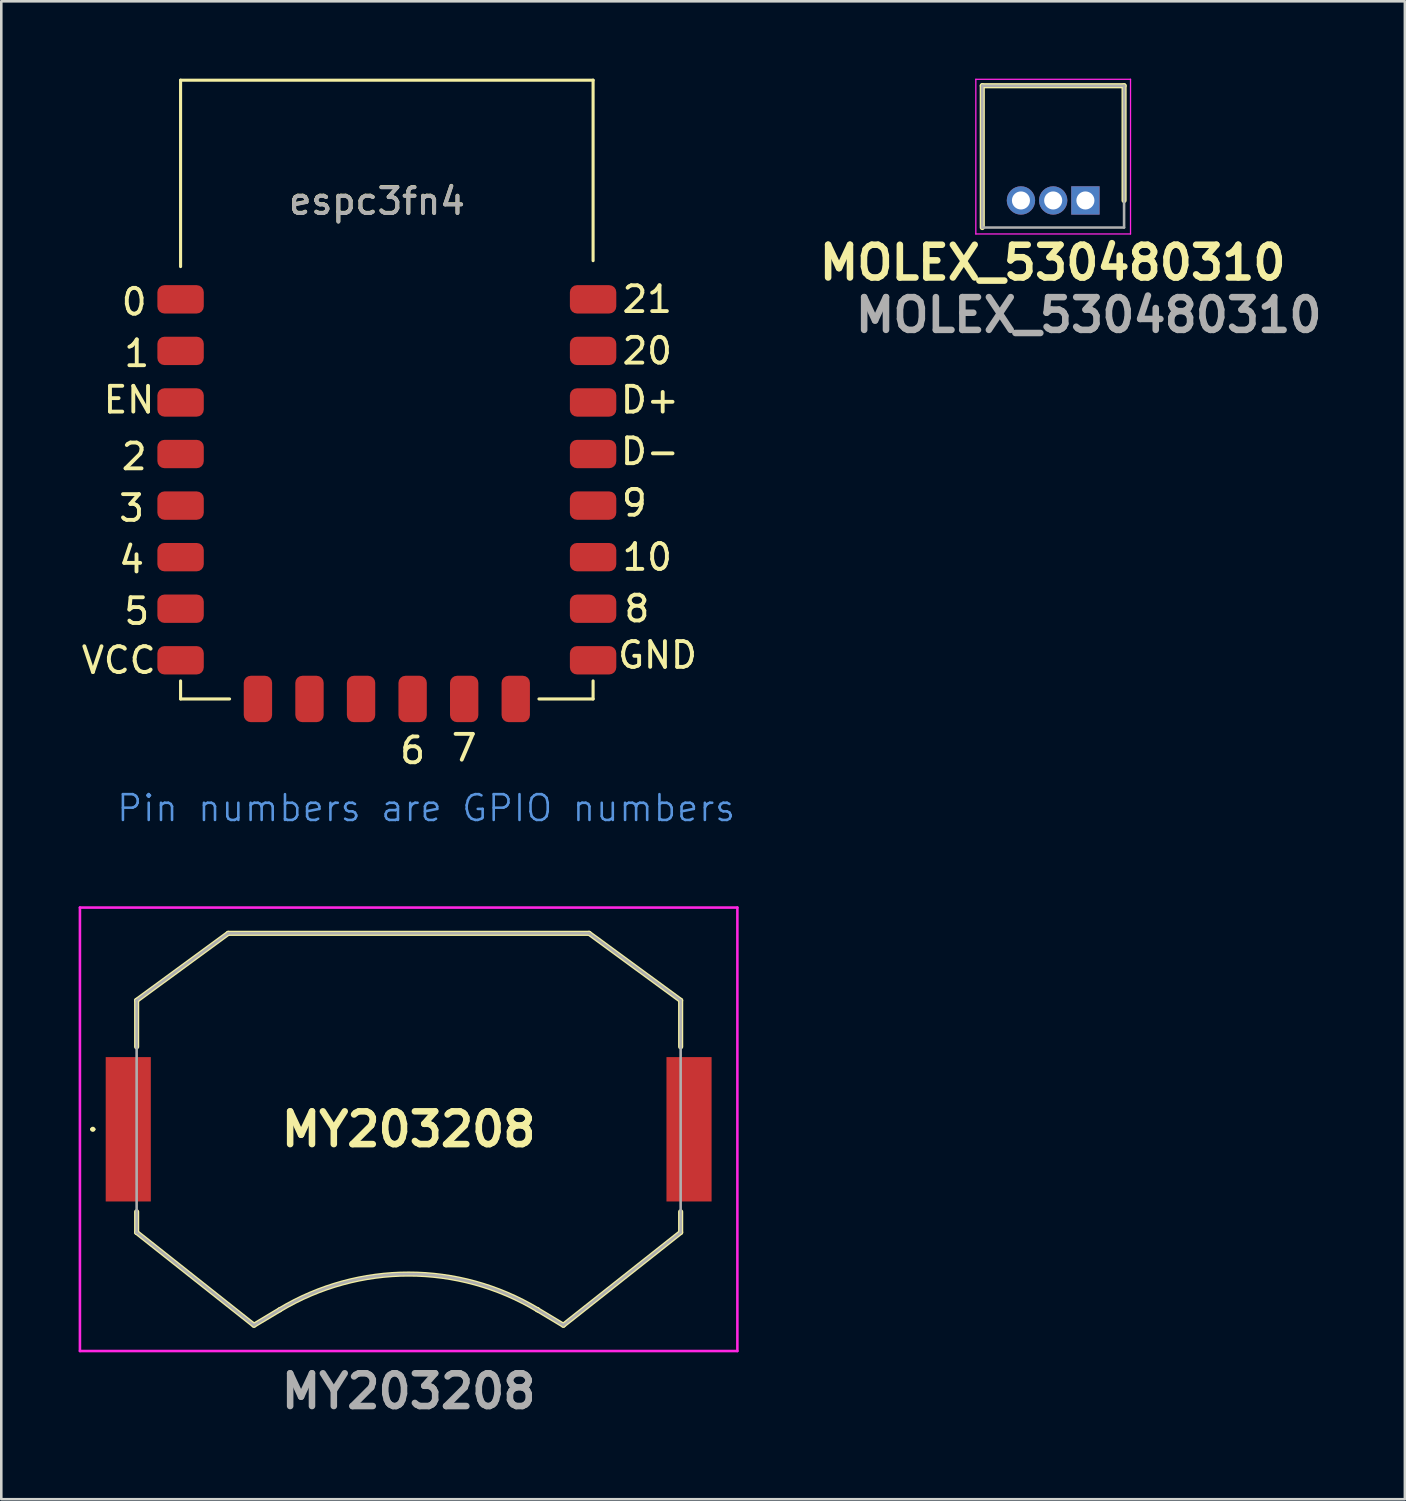
<source format=kicad_pcb>
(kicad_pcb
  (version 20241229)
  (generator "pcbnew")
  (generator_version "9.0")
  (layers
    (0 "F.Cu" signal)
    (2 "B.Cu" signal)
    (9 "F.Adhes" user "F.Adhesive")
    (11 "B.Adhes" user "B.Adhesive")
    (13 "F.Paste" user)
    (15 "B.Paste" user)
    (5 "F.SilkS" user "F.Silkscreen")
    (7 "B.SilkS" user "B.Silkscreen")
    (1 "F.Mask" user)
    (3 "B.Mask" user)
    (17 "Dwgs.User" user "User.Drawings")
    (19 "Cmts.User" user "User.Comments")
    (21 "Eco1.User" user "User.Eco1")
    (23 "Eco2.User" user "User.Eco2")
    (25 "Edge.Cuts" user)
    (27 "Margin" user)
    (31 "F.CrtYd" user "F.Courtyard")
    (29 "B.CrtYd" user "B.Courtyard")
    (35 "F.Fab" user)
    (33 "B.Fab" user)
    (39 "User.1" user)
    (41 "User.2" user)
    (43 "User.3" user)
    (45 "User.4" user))
  (footprint "MOLEX_530480310"
    (layer "F.Cu")
    (at 39.049 4.725)
    (property "Reference" "MOLEX_530480310" (at -1.27 2.413 0) (layer "F.SilkS") (effects (font (size 1.27 1.27) (thickness 0.254))))
    (attr through_hole)
    (fp_line (start -4 -4.45) (end -4 1.05) (stroke (width 0.2) (type solid)) (layer "F.SilkS"))
    (fp_line (start 1.5 -4.45) (end -4 -4.45) (stroke (width 0.2) (type solid)) (layer "F.SilkS"))
    (fp_line (start 1.5 0) (end 1.5 -4.45) (stroke (width 0.2) (type solid)) (layer "F.SilkS"))
    (fp_line (start -4.25 -4.7) (end 1.75 -4.7) (stroke (width 0.05) (type solid)) (layer "F.CrtYd"))
    (fp_line (start -4.25 1.3) (end -4.25 -4.7) (stroke (width 0.05) (type solid)) (layer "F.CrtYd"))
    (fp_line (start 1.75 -4.7) (end 1.75 1.3) (stroke (width 0.05) (type solid)) (layer "F.CrtYd"))
    (fp_line (start 1.75 1.3) (end -4.25 1.3) (stroke (width 0.05) (type solid)) (layer "F.CrtYd"))
    (fp_line (start -4 -4.45) (end 1.5 -4.45) (stroke (width 0.1) (type solid)) (layer "F.Fab"))
    (fp_line (start -4 1.05) (end -4 -4.45) (stroke (width 0.1) (type solid)) (layer "F.Fab"))
    (fp_line (start 1.5 -4.45) (end 1.5 1.05) (stroke (width 0.1) (type solid)) (layer "F.Fab"))
    (fp_line (start 1.5 1.05) (end -4 1.05) (stroke (width 0.1) (type solid)) (layer "F.Fab"))
    (fp_text user "${REFERENCE}" (at 0.127 4.445 0) (layer "F.Fab") (effects (font (size 1.27 1.27) (thickness 0.254))))
    (pad "1" thru_hole rect (at 0 0) (size 1.1 1.1) (drill 0.7) (layers "*.Cu" "*.Mask"))
    (pad "2" thru_hole circle (at -1.25 0) (size 1.1 1.1) (drill 0.7) (layers "*.Cu" "*.Mask"))
    (pad "3" thru_hole circle (at -2.5 0) (size 1.1 1.1) (drill 0.7) (layers "*.Cu" "*.Mask")))
  (footprint "espc3fn4"
    (layer "F.Cu")
    (at 3.954 8.56)
    (property "Reference" "espc3fn4" (at 7.62 -3.81 0) (unlocked yes) (layer "F.SilkS") (effects (font (size 1 1) (thickness 0.15))))
    (attr smd)
    (fp_line (start 0 -8.5) (end 16 -8.5) (stroke (width 0.12) (type solid)) (layer "F.SilkS"))
    (fp_line (start 0 -1.27) (end 0 -8.5) (stroke (width 0.12) (type solid)) (layer "F.SilkS"))
    (fp_line (start 0 14.8) (end 0 15.5) (stroke (width 0.12) (type solid)) (layer "F.SilkS"))
    (fp_line (start 0 15.5) (end 1.9 15.5) (stroke (width 0.12) (type solid)) (layer "F.SilkS"))
    (fp_line (start 13.9 15.5) (end 16 15.5) (stroke (width 0.12) (type solid)) (layer "F.SilkS"))
    (fp_line (start 16 -1.5) (end 16 -8.5) (stroke (width 0.12) (type solid)) (layer "F.SilkS"))
    (fp_line (start 16 15.5) (end 16 14.8) (stroke (width 0.12) (type solid)) (layer "F.SilkS"))
    (fp_text user "9" (at 17.6 7.9 0) (unlocked yes) (layer "F.SilkS") (effects (font (size 1 1) (thickness 0.15))))
    (fp_text user "EN" (at -2 3.9 0) (unlocked yes) (layer "F.SilkS") (effects (font (size 1 1) (thickness 0.15))))
    (fp_text user "D-" (at 18.2 5.9 0) (unlocked yes) (layer "F.SilkS") (effects (font (size 1 1) (thickness 0.15))))
    (fp_text user "4" (at -1.9 10.1 0) (unlocked yes) (layer "F.SilkS") (effects (font (size 1 1) (thickness 0.15))))
    (fp_text user "8" (at 17.7 12 0) (unlocked yes) (layer "F.SilkS") (effects (font (size 1 1) (thickness 0.15))))
    (fp_text user "0" (at -1.8 0.1 0) (unlocked yes) (layer "F.SilkS") (effects (font (size 1 1) (thickness 0.15))))
    (fp_text user "D+" (at 18.2 3.9 0) (unlocked yes) (layer "F.SilkS") (effects (font (size 1 1) (thickness 0.15))))
    (fp_text user "21" (at 18.1 0 0) (unlocked yes) (layer "F.SilkS") (effects (font (size 1 1) (thickness 0.15))))
    (fp_text user "6" (at 9 17.5 0) (unlocked yes) (layer "F.SilkS") (effects (font (size 1 1) (thickness 0.15))))
    (fp_text user "2" (at -1.8 6.1 0) (unlocked yes) (layer "F.SilkS") (effects (font (size 1 1) (thickness 0.15))))
    (fp_text user "VCC" (at -2.4 14 0) (unlocked yes) (layer "F.SilkS") (effects (font (size 1 1) (thickness 0.15))))
    (fp_text user "7" (at 11 17.4 0) (unlocked yes) (layer "F.SilkS") (effects (font (size 1 1) (thickness 0.15))))
    (fp_text user "1" (at -1.7 2.1 0) (unlocked yes) (layer "F.SilkS") (effects (font (size 1 1) (thickness 0.15))))
    (fp_text user "10" (at 18.1 10 0) (unlocked yes) (layer "F.SilkS") (effects (font (size 1 1) (thickness 0.15))))
    (fp_text user "3" (at -1.9 8.1 0) (unlocked yes) (layer "F.SilkS") (effects (font (size 1 1) (thickness 0.15))))
    (fp_text user "GND" (at 18.5 13.8 0) (unlocked yes) (layer "F.SilkS") (effects (font (size 1 1) (thickness 0.15))))
    (fp_text user "5" (at -1.7 12.1 0) (unlocked yes) (layer "F.SilkS") (effects (font (size 1 1) (thickness 0.15))))
    (fp_text user "20" (at 18.1 2 0) (unlocked yes) (layer "F.SilkS") (effects (font (size 1 1) (thickness 0.15))))
    (fp_text user "Pin numbers are GPIO numbers" (at -2.54 20.32 0) (unlocked yes) (layer "Cmts.User") (effects (font (size 1 1) (thickness 0.1)) (justify left bottom)))
    (fp_text user "${REFERENCE}" (at 7.62 -3.8 0) (unlocked yes) (layer "F.Fab") (effects (font (size 1 1) (thickness 0.15))))
    (pad "1" smd roundrect (at 0 0) (size 1.8 1.1) (layers "F.Cu" "F.Mask" "F.Paste") (roundrect_rratio 0.25))
    (pad "2" smd roundrect (at 0 2) (size 1.8 1.1) (layers "F.Cu" "F.Mask" "F.Paste") (roundrect_rratio 0.25))
    (pad "3" smd roundrect (at 0 4) (size 1.8 1.1) (layers "F.Cu" "F.Mask" "F.Paste") (roundrect_rratio 0.25))
    (pad "4" smd roundrect (at 0 6) (size 1.8 1.1) (layers "F.Cu" "F.Mask" "F.Paste") (roundrect_rratio 0.25))
    (pad "5" smd roundrect (at 0 8) (size 1.8 1.1) (layers "F.Cu" "F.Mask" "F.Paste") (roundrect_rratio 0.25))
    (pad "6" smd roundrect (at 0 10) (size 1.8 1.1) (layers "F.Cu" "F.Mask" "F.Paste") (roundrect_rratio 0.25))
    (pad "7" smd roundrect (at 0 12) (size 1.8 1.1) (layers "F.Cu" "F.Mask" "F.Paste") (roundrect_rratio 0.25))
    (pad "8" smd roundrect (at 0 14) (size 1.8 1.1) (layers "F.Cu" "F.Mask" "F.Paste") (roundrect_rratio 0.25))
    (pad "9" smd roundrect (at 3 15.5 90) (size 1.8 1.1) (layers "F.Cu" "F.Mask" "F.Paste") (roundrect_rratio 0.25))
    (pad "10" smd roundrect (at 5 15.5 90) (size 1.8 1.1) (layers "F.Cu" "F.Mask" "F.Paste") (roundrect_rratio 0.25))
    (pad "11" smd roundrect (at 7 15.5 90) (size 1.8 1.1) (layers "F.Cu" "F.Mask" "F.Paste") (roundrect_rratio 0.25))
    (pad "12" smd roundrect (at 9 15.5 90) (size 1.8 1.1) (layers "F.Cu" "F.Mask" "F.Paste") (roundrect_rratio 0.25))
    (pad "13" smd roundrect (at 11 15.5 90) (size 1.8 1.1) (layers "F.Cu" "F.Mask" "F.Paste") (roundrect_rratio 0.25))
    (pad "14" smd roundrect (at 13 15.5 90) (size 1.8 1.1) (layers "F.Cu" "F.Mask" "F.Paste") (roundrect_rratio 0.25))
    (pad "15" smd roundrect (at 16 14) (size 1.8 1.1) (layers "F.Cu" "F.Mask" "F.Paste") (roundrect_rratio 0.25))
    (pad "16" smd roundrect (at 16 12) (size 1.8 1.1) (layers "F.Cu" "F.Mask" "F.Paste") (roundrect_rratio 0.25))
    (pad "17" smd roundrect (at 16 10) (size 1.8 1.1) (layers "F.Cu" "F.Mask" "F.Paste") (roundrect_rratio 0.25))
    (pad "18" smd roundrect (at 16 8) (size 1.8 1.1) (layers "F.Cu" "F.Mask" "F.Paste") (roundrect_rratio 0.25))
    (pad "19" smd roundrect (at 16 6) (size 1.8 1.1) (layers "F.Cu" "F.Mask" "F.Paste") (roundrect_rratio 0.25))
    (pad "20" smd roundrect (at 16 4) (size 1.8 1.1) (layers "F.Cu" "F.Mask" "F.Paste") (roundrect_rratio 0.25))
    (pad "21" smd roundrect (at 16 2) (size 1.8 1.1) (layers "F.Cu" "F.Mask" "F.Paste") (roundrect_rratio 0.25))
    (pad "22" smd roundrect (at 16 0) (size 1.8 1.1) (layers "F.Cu" "F.Mask" "F.Paste") (roundrect_rratio 0.25)))
  (footprint "MY203208"
    (layer "F.Cu")
    (at 12.8 40.751)
    (property "Reference" "MY203208" (at 0 0 0) (layer "F.SilkS") (effects (font (size 1.27 1.27) (thickness 0.254))))
    (attr smd)
    (fp_line (start -12.3 0) (end -12.3 0) (stroke (width 0.1) (type solid)) (layer "F.SilkS"))
    (fp_line (start -12.2 0) (end -12.2 0) (stroke (width 0.1) (type solid)) (layer "F.SilkS"))
    (fp_line (start -10.55 -5) (end -7 -7.6) (stroke (width 0.2) (type solid)) (layer "F.SilkS"))
    (fp_line (start -10.55 -3.2) (end -10.55 -5) (stroke (width 0.2) (type solid)) (layer "F.SilkS"))
    (fp_line (start -10.55 4) (end -10.55 3.2) (stroke (width 0.2) (type solid)) (layer "F.SilkS"))
    (fp_line (start -7 -7.6) (end 7 -7.6) (stroke (width 0.2) (type solid)) (layer "F.SilkS"))
    (fp_line (start -6 7.6) (end -10.55 4) (stroke (width 0.2) (type solid)) (layer "F.SilkS"))
    (fp_line (start -5 7) (end -6 7.6) (stroke (width 0.2) (type solid)) (layer "F.SilkS"))
    (fp_line (start 5 7) (end 5 7) (stroke (width 0.2) (type solid)) (layer "F.SilkS"))
    (fp_line (start 6 7.6) (end 5 7) (stroke (width 0.2) (type solid)) (layer "F.SilkS"))
    (fp_line (start 7 -7.6) (end 10.55 -5) (stroke (width 0.2) (type solid)) (layer "F.SilkS"))
    (fp_line (start 10.55 -5) (end 10.55 -3.2) (stroke (width 0.2) (type solid)) (layer "F.SilkS"))
    (fp_line (start 10.55 3.2) (end 10.55 4) (stroke (width 0.2) (type solid)) (layer "F.SilkS"))
    (fp_line (start 10.55 4) (end 6 7.6) (stroke (width 0.2) (type solid)) (layer "F.SilkS"))
    (fp_arc (start -12.3 0) (mid -12.25 -0.05) (end -12.2 0) (stroke (width 0.1) (type solid)) (layer "F.SilkS"))
    (fp_arc (start -12.2 0) (mid -12.25 0.05) (end -12.3 0) (stroke (width 0.1) (type solid)) (layer "F.SilkS"))
    (fp_arc (start -4.996145 6.997688) (mid 0.002248 5.615104) (end 5 7) (stroke (width 0.2) (type solid)) (layer "F.SilkS"))
    (fp_line (start -12.75 -8.6) (end 12.75 -8.6) (stroke (width 0.1) (type solid)) (layer "F.CrtYd"))
    (fp_line (start -12.75 8.6) (end -12.75 -8.6) (stroke (width 0.1) (type solid)) (layer "F.CrtYd"))
    (fp_line (start 12.75 -8.6) (end 12.75 8.6) (stroke (width 0.1) (type solid)) (layer "F.CrtYd"))
    (fp_line (start 12.75 8.6) (end -12.75 8.6) (stroke (width 0.1) (type solid)) (layer "F.CrtYd"))
    (fp_line (start -10.55 -5) (end -10.55 4) (stroke (width 0.1) (type solid)) (layer "F.Fab"))
    (fp_line (start -10.55 4) (end -10.55 4) (stroke (width 0.1) (type solid)) (layer "F.Fab"))
    (fp_line (start -10.55 4) (end -6 7.6) (stroke (width 0.1) (type solid)) (layer "F.Fab"))
    (fp_line (start -7 -7.6) (end -10.55 -5) (stroke (width 0.1) (type solid)) (layer "F.Fab"))
    (fp_line (start -6 7.6) (end -5 7) (stroke (width 0.1) (type solid)) (layer "F.Fab"))
    (fp_line (start -5 7) (end -5 7) (stroke (width 0.1) (type solid)) (layer "F.Fab"))
    (fp_line (start 5 7) (end 6 7.6) (stroke (width 0.1) (type solid)) (layer "F.Fab"))
    (fp_line (start 6 7.6) (end 10.55 4) (stroke (width 0.1) (type solid)) (layer "F.Fab"))
    (fp_line (start 7 -7.6) (end -7 -7.6) (stroke (width 0.1) (type solid)) (layer "F.Fab"))
    (fp_line (start 10.55 -5) (end 7 -7.6) (stroke (width 0.1) (type solid)) (layer "F.Fab"))
    (fp_line (start 10.55 4) (end 10.55 -5) (stroke (width 0.1) (type solid)) (layer "F.Fab"))
    (fp_arc (start -5 7) (mid -0.002248 5.615104) (end 4.996145 6.997688) (stroke (width 0.1) (type solid)) (layer "F.Fab"))
    (fp_text user "${REFERENCE}" (at 0 10.16 0) (layer "F.Fab") (effects (font (size 1.27 1.27) (thickness 0.254))))
    (pad "1" smd rect (at -10.875 0) (size 1.75 5.6) (layers "F.Cu" "F.Mask" "F.Paste"))
    (pad "2" smd rect (at 10.875 0) (size 1.75 5.6) (layers "F.Cu" "F.Mask" "F.Paste")))
  (gr_rect
    (start -3 -3)
    (end 51.44 55.1)
    (stroke (width 0.1) (type default))
    (fill no)
    (layer "Edge.Cuts")))
</source>
